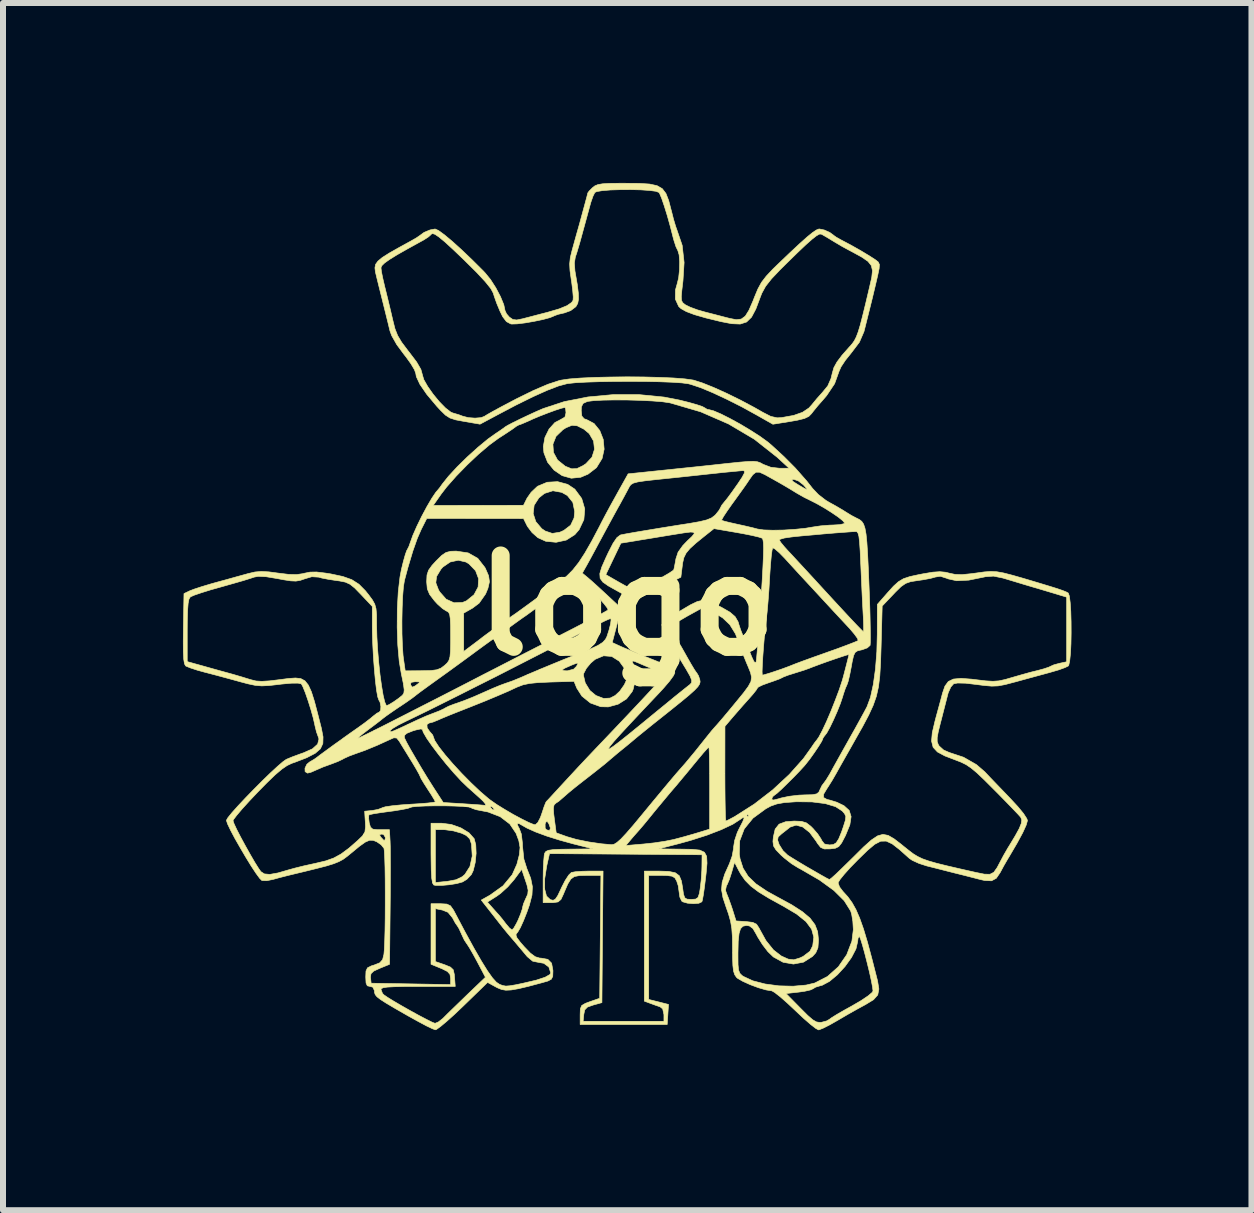
<source format=kicad_pcb>
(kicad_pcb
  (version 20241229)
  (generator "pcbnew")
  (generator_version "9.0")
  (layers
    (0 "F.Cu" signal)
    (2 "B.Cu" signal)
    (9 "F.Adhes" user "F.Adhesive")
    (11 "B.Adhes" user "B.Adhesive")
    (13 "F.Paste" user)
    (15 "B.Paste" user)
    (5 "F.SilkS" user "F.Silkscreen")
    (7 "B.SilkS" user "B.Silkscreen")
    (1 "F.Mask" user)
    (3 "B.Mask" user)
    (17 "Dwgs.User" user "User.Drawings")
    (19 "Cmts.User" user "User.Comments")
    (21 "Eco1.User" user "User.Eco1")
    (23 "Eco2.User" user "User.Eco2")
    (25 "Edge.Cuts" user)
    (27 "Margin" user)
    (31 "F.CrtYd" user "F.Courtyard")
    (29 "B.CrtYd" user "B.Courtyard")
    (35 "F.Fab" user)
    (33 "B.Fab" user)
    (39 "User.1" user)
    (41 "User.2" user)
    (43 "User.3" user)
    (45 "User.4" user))
  (footprint "logo"
    (layer "F.Cu")
    (at 7.401 7.044)
    (property "Reference" "logo" (at 0 0 0) (layer "F.SilkS") (effects (font (size 1.524 1.524) (thickness 0.3))))
    (attr through_hole)
    (fp_poly (pts (xy -2.928 3.65) (xy -2.768 3.707) (xy -2.633 3.789) (xy -2.548 3.885) (xy -2.547 3.885) (xy -2.52 3.988) (xy -2.514 4.131) (xy -2.529 4.284) (xy -2.562 4.418) (xy -2.593 4.484) (xy -2.667 4.563) (xy -2.74 4.608) (xy -2.837 4.635) (xy -2.962 4.655) (xy -3.087 4.666) (xy -3.185 4.666) (xy -3.22 4.659) (xy -3.24 4.627) (xy -3.254 4.548) (xy -3.262 4.414) (xy -3.265 4.217) (xy -3.266 4.134) (xy -3.266 3.737) (xy -3.193 3.737) (xy -3.193 4.618) (xy -2.995 4.598) (xy -2.848 4.571) (xy -2.746 4.521) (xy -2.701 4.482) (xy -2.617 4.35) (xy -2.579 4.177) (xy -2.591 3.981) (xy -2.591 3.979) (xy -2.62 3.89) (xy -2.679 3.833) (xy -2.759 3.795) (xy -2.892 3.757) (xy -3.029 3.738) (xy -3.049 3.737) (xy -3.193 3.737) (xy -3.266 3.737) (xy -3.266 3.629) (xy -3.09 3.629) (xy -2.928 3.65)) (stroke (width 0.01) (type solid)) (fill yes) (layer "F.SilkS"))
    (fp_poly (pts (xy 0.204 -7.037) (xy 0.378 -7.026) (xy 0.502 -6.999) (xy 0.589 -6.949) (xy 0.65 -6.869) (xy 0.696 -6.751) (xy 0.738 -6.59) (xy 0.744 -6.568) (xy 0.778 -6.434) (xy 0.812 -6.321) (xy 0.834 -6.259) (xy 0.921 -6.004) (xy 0.953 -5.718) (xy 0.934 -5.411) (xy 0.915 -5.252) (xy 0.906 -5.15) (xy 0.91 -5.087) (xy 0.928 -5.05) (xy 0.963 -5.021) (xy 0.977 -5.011) (xy 1.057 -4.972) (xy 1.18 -4.927) (xy 1.303 -4.892) (xy 1.459 -4.852) (xy 1.616 -4.811) (xy 1.714 -4.786) (xy 1.823 -4.765) (xy 1.906 -4.775) (xy 1.973 -4.824) (xy 2.034 -4.922) (xy 2.102 -5.078) (xy 2.125 -5.138) (xy 2.183 -5.277) (xy 2.243 -5.387) (xy 2.322 -5.49) (xy 2.433 -5.608) (xy 2.503 -5.676) (xy 2.712 -5.876) (xy 2.877 -6.03) (xy 3.002 -6.142) (xy 3.094 -6.217) (xy 3.158 -6.26) (xy 3.201 -6.277) (xy 3.208 -6.277) (xy 3.29 -6.26) (xy 3.383 -6.218) (xy 3.446 -6.172) (xy 3.447 -6.17) (xy 3.489 -6.14) (xy 3.569 -6.095) (xy 3.592 -6.083) (xy 3.732 -6.009) (xy 3.895 -5.917) (xy 4.049 -5.824) (xy 4.14 -5.765) (xy 4.188 -5.728) (xy 4.209 -5.685) (xy 4.204 -5.616) (xy 4.182 -5.511) (xy 4.144 -5.347) (xy 4.093 -5.133) (xy 4.032 -4.887) (xy 3.968 -4.631) (xy 3.951 -4.565) (xy 3.875 -4.389) (xy 3.733 -4.202) (xy 3.733 -4.202) (xy 3.642 -4.089) (xy 3.57 -3.98) (xy 3.535 -3.901) (xy 3.462 -3.698) (xy 3.328 -3.498) (xy 3.269 -3.429) (xy 3.181 -3.329) (xy 3.106 -3.237) (xy 3.078 -3.2) (xy 3.032 -3.153) (xy 2.959 -3.118) (xy 2.841 -3.089) (xy 2.727 -3.069) (xy 2.433 -3.022) (xy 2.169 -3.172) (xy 1.917 -3.311) (xy 1.667 -3.437) (xy 1.434 -3.546) (xy 1.23 -3.631) (xy 1.069 -3.685) (xy 1.023 -3.697) (xy 0.917 -3.711) (xy 0.752 -3.722) (xy 0.542 -3.73) (xy 0.303 -3.735) (xy 0.047 -3.736) (xy -0.211 -3.735) (xy -0.457 -3.731) (xy -0.676 -3.724) (xy -0.856 -3.714) (xy -0.981 -3.701) (xy -0.995 -3.699) (xy -1.14 -3.66) (xy -1.328 -3.588) (xy -1.564 -3.482) (xy -1.852 -3.34) (xy -2.159 -3.178) (xy -2.449 -3.023) (xy -2.716 -3.069) (xy -2.855 -3.095) (xy -2.95 -3.126) (xy -3.025 -3.174) (xy -3.108 -3.255) (xy -3.17 -3.322) (xy -3.337 -3.521) (xy -3.451 -3.687) (xy -3.511 -3.816) (xy -3.52 -3.869) (xy -3.542 -3.931) (xy -3.601 -4.03) (xy -3.685 -4.147) (xy -3.716 -4.186) (xy -3.838 -4.351) (xy -3.922 -4.5) (xy -3.951 -4.58) (xy -3.984 -4.717) (xy -4.029 -4.898) (xy -4.079 -5.099) (xy -4.128 -5.295) (xy -4.169 -5.461) (xy -4.172 -5.474) (xy -4.193 -5.561) (xy -4.201 -5.629) (xy -4.201 -5.629) (xy -4.1 -5.629) (xy -4.092 -5.563) (xy -4.069 -5.45) (xy -4.037 -5.313) (xy -4.032 -5.294) (xy -3.987 -5.111) (xy -3.938 -4.907) (xy -3.903 -4.757) (xy -3.867 -4.614) (xy -3.822 -4.5) (xy -3.756 -4.389) (xy -3.656 -4.256) (xy -3.627 -4.219) (xy -3.505 -4.058) (xy -3.435 -3.937) (xy -3.411 -3.851) (xy -3.411 -3.848) (xy -3.386 -3.765) (xy -3.321 -3.651) (xy -3.23 -3.522) (xy -3.127 -3.397) (xy -3.024 -3.292) (xy -2.936 -3.224) (xy -2.903 -3.21) (xy -2.801 -3.18) (xy -2.74 -3.157) (xy -2.645 -3.132) (xy -2.532 -3.124) (xy -2.431 -3.132) (xy -2.375 -3.154) (xy -2.332 -3.181) (xy -2.237 -3.235) (xy -2.101 -3.309) (xy -1.936 -3.396) (xy -1.841 -3.446) (xy -1.556 -3.586) (xy -1.317 -3.688) (xy -1.128 -3.75) (xy -1.097 -3.757) (xy -0.962 -3.777) (xy -0.77 -3.792) (xy -0.535 -3.803) (xy -0.273 -3.809) (xy 0.003 -3.812) (xy 0.28 -3.81) (xy 0.542 -3.803) (xy 0.776 -3.793) (xy 0.967 -3.778) (xy 1.102 -3.759) (xy 1.115 -3.756) (xy 1.256 -3.711) (xy 1.443 -3.636) (xy 1.661 -3.538) (xy 1.893 -3.424) (xy 2.124 -3.301) (xy 2.266 -3.22) (xy 2.397 -3.153) (xy 2.503 -3.129) (xy 2.574 -3.132) (xy 2.779 -3.169) (xy 2.927 -3.221) (xy 3.034 -3.293) (xy 3.081 -3.345) (xy 3.163 -3.445) (xy 3.244 -3.536) (xy 3.255 -3.548) (xy 3.348 -3.661) (xy 3.402 -3.785) (xy 3.424 -3.876) (xy 3.45 -3.966) (xy 3.501 -4.059) (xy 3.585 -4.171) (xy 3.714 -4.317) (xy 3.718 -4.32) (xy 3.758 -4.367) (xy 3.792 -4.416) (xy 3.823 -4.477) (xy 3.854 -4.559) (xy 3.889 -4.674) (xy 3.929 -4.829) (xy 3.98 -5.036) (xy 4.043 -5.303) (xy 4.046 -5.316) (xy 4.081 -5.47) (xy 4.093 -5.583) (xy 4.074 -5.667) (xy 4.018 -5.737) (xy 3.915 -5.808) (xy 3.758 -5.894) (xy 3.701 -5.924) (xy 3.587 -5.986) (xy 3.46 -6.061) (xy 3.429 -6.08) (xy 3.332 -6.139) (xy 3.257 -6.182) (xy 3.237 -6.192) (xy 3.208 -6.191) (xy 3.16 -6.164) (xy 3.087 -6.107) (xy 2.983 -6.015) (xy 2.843 -5.882) (xy 2.662 -5.705) (xy 2.55 -5.594) (xy 2.409 -5.445) (xy 2.312 -5.322) (xy 2.249 -5.207) (xy 2.224 -5.143) (xy 2.149 -4.943) (xy 2.077 -4.807) (xy 1.994 -4.726) (xy 1.888 -4.692) (xy 1.746 -4.698) (xy 1.57 -4.732) (xy 1.316 -4.794) (xy 1.125 -4.849) (xy 0.99 -4.9) (xy 0.902 -4.949) (xy 0.863 -4.985) (xy 0.807 -5.108) (xy 0.809 -5.261) (xy 0.836 -5.357) (xy 0.862 -5.461) (xy 0.876 -5.593) (xy 0.879 -5.73) (xy 0.87 -5.846) (xy 0.849 -5.917) (xy 0.847 -5.92) (xy 0.817 -5.982) (xy 0.783 -6.087) (xy 0.766 -6.15) (xy 0.722 -6.323) (xy 0.673 -6.498) (xy 0.623 -6.659) (xy 0.579 -6.788) (xy 0.544 -6.87) (xy 0.535 -6.885) (xy 0.484 -6.905) (xy 0.378 -6.919) (xy 0.232 -6.929) (xy 0.063 -6.933) (xy -0.111 -6.932) (xy -0.275 -6.927) (xy -0.411 -6.916) (xy -0.504 -6.9) (xy -0.535 -6.885) (xy -0.566 -6.823) (xy -0.601 -6.723) (xy -0.609 -6.695) (xy -0.683 -6.424) (xy -0.74 -6.216) (xy -0.783 -6.059) (xy -0.816 -5.947) (xy -0.839 -5.87) (xy -0.857 -5.819) (xy -0.86 -5.81) (xy -0.876 -5.711) (xy -0.867 -5.579) (xy -0.863 -5.556) (xy -0.828 -5.353) (xy -0.81 -5.208) (xy -0.807 -5.107) (xy -0.82 -5.037) (xy -0.849 -4.985) (xy -0.857 -4.977) (xy -0.938 -4.916) (xy -1.045 -4.877) (xy -1.051 -4.876) (xy -1.147 -4.854) (xy -1.212 -4.83) (xy -1.216 -4.827) (xy -1.284 -4.799) (xy -1.403 -4.767) (xy -1.548 -4.737) (xy -1.698 -4.711) (xy -1.83 -4.695) (xy -1.922 -4.692) (xy -1.938 -4.695) (xy -2.009 -4.733) (xy -2.072 -4.816) (xy -2.117 -4.909) (xy -2.17 -5.036) (xy -2.212 -5.154) (xy -2.228 -5.207) (xy -2.268 -5.282) (xy -2.362 -5.399) (xy -2.51 -5.558) (xy -2.714 -5.76) (xy -2.714 -5.76) (xy -2.895 -5.933) (xy -3.032 -6.059) (xy -3.132 -6.142) (xy -3.2 -6.188) (xy -3.243 -6.201) (xy -3.268 -6.185) (xy -3.272 -6.178) (xy -3.309 -6.145) (xy -3.386 -6.095) (xy -3.417 -6.078) (xy -3.653 -5.948) (xy -3.831 -5.847) (xy -3.957 -5.769) (xy -4.04 -5.71) (xy -4.085 -5.666) (xy -4.1 -5.632) (xy -4.1 -5.629) (xy -4.201 -5.629) (xy -4.19 -5.687) (xy -4.151 -5.741) (xy -4.079 -5.801) (xy -3.964 -5.874) (xy -3.8 -5.967) (xy -3.598 -6.078) (xy -3.511 -6.128) (xy -3.455 -6.166) (xy -3.447 -6.172) (xy -3.38 -6.221) (xy -3.282 -6.261) (xy -3.198 -6.277) (xy -3.142 -6.252) (xy -3.044 -6.181) (xy -2.912 -6.071) (xy -2.754 -5.928) (xy -2.579 -5.761) (xy -2.393 -5.576) (xy -2.366 -5.547) (xy -2.276 -5.437) (xy -2.186 -5.297) (xy -2.108 -5.149) (xy -2.053 -5.015) (xy -2.032 -4.916) (xy -2.032 -4.916) (xy -2.007 -4.862) (xy -1.959 -4.807) (xy -1.902 -4.768) (xy -1.837 -4.76) (xy -1.734 -4.781) (xy -1.732 -4.782) (xy -1.616 -4.812) (xy -1.464 -4.852) (xy -1.324 -4.888) (xy -1.129 -4.945) (xy -0.998 -4.999) (xy -0.922 -5.052) (xy -0.898 -5.088) (xy -0.895 -5.144) (xy -0.904 -5.251) (xy -0.921 -5.388) (xy -0.927 -5.425) (xy -0.949 -5.58) (xy -0.955 -5.695) (xy -0.944 -5.8) (xy -0.913 -5.926) (xy -0.901 -5.969) (xy -0.847 -6.164) (xy -0.792 -6.357) (xy -0.743 -6.538) (xy -0.701 -6.692) (xy -0.67 -6.807) (xy -0.654 -6.87) (xy -0.653 -6.877) (xy -0.63 -6.909) (xy -0.574 -6.965) (xy -0.534 -6.996) (xy -0.483 -7.017) (xy -0.408 -7.03) (xy -0.295 -7.037) (xy -0.129 -7.039) (xy -0.031 -7.039) (xy 0.204 -7.037)) (stroke (width 0.01) (type solid)) (fill yes) (layer "F.SilkS"))
    (fp_poly (pts (xy 0.201 -3.516) (xy 0.618 -3.475) (xy 0.87 -3.426) (xy 1.031 -3.386) (xy 1.165 -3.348) (xy 1.257 -3.317) (xy 1.29 -3.299) (xy 1.34 -3.269) (xy 1.365 -3.266) (xy 1.443 -3.246) (xy 1.565 -3.194) (xy 1.718 -3.117) (xy 1.888 -3.024) (xy 2.058 -2.922) (xy 2.216 -2.821) (xy 2.346 -2.727) (xy 2.409 -2.674) (xy 2.492 -2.598) (xy 2.592 -2.506) (xy 2.618 -2.482) (xy 2.806 -2.293) (xy 2.996 -2.077) (xy 3.096 -1.95) (xy 3.192 -1.849) (xy 3.315 -1.754) (xy 3.368 -1.722) (xy 3.491 -1.654) (xy 3.606 -1.586) (xy 3.647 -1.56) (xy 3.743 -1.501) (xy 3.827 -1.457) (xy 3.83 -1.456) (xy 3.877 -1.432) (xy 3.915 -1.402) (xy 3.945 -1.357) (xy 3.968 -1.289) (xy 3.986 -1.19) (xy 4 -1.051) (xy 4.012 -0.864) (xy 4.024 -0.621) (xy 4.035 -0.35) (xy 4.045 -0.091) (xy 4.052 0.146) (xy 4.056 0.35) (xy 4.058 0.511) (xy 4.057 0.619) (xy 4.054 0.664) (xy 4.007 0.706) (xy 3.92 0.738) (xy 3.909 0.74) (xy 3.845 0.755) (xy 3.804 0.782) (xy 3.778 0.836) (xy 3.755 0.936) (xy 3.739 1.026) (xy 3.713 1.159) (xy 3.688 1.265) (xy 3.668 1.322) (xy 3.667 1.324) (xy 3.642 1.379) (xy 3.609 1.476) (xy 3.595 1.524) (xy 3.558 1.634) (xy 3.505 1.767) (xy 3.444 1.905) (xy 3.384 2.03) (xy 3.332 2.124) (xy 3.297 2.17) (xy 3.295 2.171) (xy 3.266 2.213) (xy 3.266 2.221) (xy 3.246 2.265) (xy 3.194 2.349) (xy 3.124 2.453) (xy 3.048 2.56) (xy 2.977 2.65) (xy 2.958 2.673) (xy 2.878 2.76) (xy 2.78 2.862) (xy 2.676 2.965) (xy 2.581 3.058) (xy 2.507 3.126) (xy 2.467 3.156) (xy 2.465 3.157) (xy 2.431 3.185) (xy 2.419 3.209) (xy 2.416 3.237) (xy 2.447 3.242) (xy 2.527 3.222) (xy 2.569 3.209) (xy 2.705 3.18) (xy 2.867 3.161) (xy 2.964 3.157) (xy 3.091 3.154) (xy 3.163 3.14) (xy 3.199 3.111) (xy 3.211 3.084) (xy 3.251 3.001) (xy 3.277 2.967) (xy 3.321 2.907) (xy 3.378 2.814) (xy 3.393 2.787) (xy 3.438 2.704) (xy 3.51 2.575) (xy 3.598 2.417) (xy 3.694 2.246) (xy 3.706 2.224) (xy 3.801 2.056) (xy 3.887 1.9) (xy 3.956 1.774) (xy 3.999 1.693) (xy 4.003 1.685) (xy 4.06 1.53) (xy 4.107 1.316) (xy 4.143 1.057) (xy 4.166 0.766) (xy 4.173 0.477) (xy 4.174 -0.018) (xy 4.343 -0.211) (xy 4.443 -0.322) (xy 4.526 -0.397) (xy 4.61 -0.447) (xy 4.718 -0.483) (xy 4.87 -0.516) (xy 4.933 -0.528) (xy 5.098 -0.556) (xy 5.216 -0.564) (xy 5.312 -0.555) (xy 5.371 -0.54) (xy 5.469 -0.519) (xy 5.583 -0.515) (xy 5.734 -0.53) (xy 5.818 -0.541) (xy 5.955 -0.56) (xy 6.064 -0.568) (xy 6.166 -0.563) (xy 6.278 -0.543) (xy 6.422 -0.506) (xy 6.604 -0.454) (xy 6.852 -0.38) (xy 7.04 -0.323) (xy 7.175 -0.281) (xy 7.267 -0.249) (xy 7.324 -0.226) (xy 7.355 -0.209) (xy 7.357 -0.208) (xy 7.375 -0.158) (xy 7.389 -0.051) (xy 7.399 0.097) (xy 7.404 0.271) (xy 7.405 0.456) (xy 7.402 0.637) (xy 7.394 0.797) (xy 7.381 0.922) (xy 7.365 0.997) (xy 7.357 1.008) (xy 7.302 1.035) (xy 7.197 1.073) (xy 7.063 1.112) (xy 7.039 1.119) (xy 6.866 1.166) (xy 6.664 1.221) (xy 6.475 1.273) (xy 6.459 1.277) (xy 6.304 1.318) (xy 6.187 1.34) (xy 6.081 1.344) (xy 5.953 1.333) (xy 5.83 1.317) (xy 5.645 1.295) (xy 5.513 1.292) (xy 5.447 1.304) (xy 5.399 1.359) (xy 5.356 1.454) (xy 5.345 1.495) (xy 5.317 1.605) (xy 5.278 1.757) (xy 5.236 1.921) (xy 5.227 1.954) (xy 5.19 2.104) (xy 5.172 2.202) (xy 5.172 2.267) (xy 5.189 2.315) (xy 5.204 2.341) (xy 5.279 2.409) (xy 5.373 2.45) (xy 5.611 2.529) (xy 5.826 2.652) (xy 5.964 2.771) (xy 6.049 2.861) (xy 6.167 2.984) (xy 6.3 3.122) (xy 6.39 3.216) (xy 6.515 3.351) (xy 6.61 3.466) (xy 6.665 3.551) (xy 6.677 3.584) (xy 6.656 3.659) (xy 6.598 3.787) (xy 6.504 3.961) (xy 6.378 4.176) (xy 6.347 4.227) (xy 6.281 4.341) (xy 6.221 4.453) (xy 6.157 4.547) (xy 6.078 4.589) (xy 5.965 4.584) (xy 5.896 4.569) (xy 5.788 4.541) (xy 5.64 4.503) (xy 5.484 4.464) (xy 5.479 4.463) (xy 5.31 4.42) (xy 5.134 4.375) (xy 4.998 4.341) (xy 4.868 4.299) (xy 4.757 4.248) (xy 4.707 4.214) (xy 4.546 4.07) (xy 4.423 3.974) (xy 4.322 3.927) (xy 4.23 3.929) (xy 4.131 3.98) (xy 4.011 4.081) (xy 3.855 4.233) (xy 3.846 4.242) (xy 3.722 4.369) (xy 3.62 4.483) (xy 3.549 4.571) (xy 3.52 4.622) (xy 3.52 4.624) (xy 3.544 4.691) (xy 3.601 4.766) (xy 3.682 4.855) (xy 3.753 4.953) (xy 3.818 5.069) (xy 3.88 5.212) (xy 3.943 5.39) (xy 4.01 5.613) (xy 4.084 5.889) (xy 4.17 6.226) (xy 4.178 6.258) (xy 4.2 6.393) (xy 4.181 6.492) (xy 4.111 6.571) (xy 3.981 6.65) (xy 3.974 6.654) (xy 3.842 6.726) (xy 3.68 6.817) (xy 3.523 6.909) (xy 3.511 6.916) (xy 3.383 6.989) (xy 3.275 7.044) (xy 3.205 7.072) (xy 3.193 7.074) (xy 3.148 7.05) (xy 3.063 6.984) (xy 2.95 6.886) (xy 2.821 6.765) (xy 2.803 6.748) (xy 2.673 6.626) (xy 2.557 6.524) (xy 2.485 6.468) (xy 2.652 6.468) (xy 2.896 6.716) (xy 3.013 6.833) (xy 3.096 6.905) (xy 3.158 6.941) (xy 3.212 6.95) (xy 3.246 6.947) (xy 3.329 6.925) (xy 3.373 6.9) (xy 3.411 6.872) (xy 3.499 6.817) (xy 3.624 6.745) (xy 3.747 6.677) (xy 3.905 6.585) (xy 4.022 6.506) (xy 4.09 6.448) (xy 4.102 6.425) (xy 4.094 6.36) (xy 4.073 6.249) (xy 4.042 6.108) (xy 4.004 5.953) (xy 3.965 5.801) (xy 3.928 5.667) (xy 3.897 5.567) (xy 3.877 5.518) (xy 3.873 5.516) (xy 3.853 5.546) (xy 3.846 5.602) (xy 3.818 5.724) (xy 3.743 5.868) (xy 3.635 6.018) (xy 3.508 6.156) (xy 3.376 6.266) (xy 3.254 6.331) (xy 3.228 6.337) (xy 3.145 6.362) (xy 3.101 6.389) (xy 3.057 6.409) (xy 2.964 6.43) (xy 2.867 6.444) (xy 2.652 6.468) (xy 2.485 6.468) (xy 2.467 6.453) (xy 2.415 6.423) (xy 2.412 6.423) (xy 2.319 6.408) (xy 2.191 6.371) (xy 2.054 6.32) (xy 1.93 6.264) (xy 1.844 6.214) (xy 1.827 6.199) (xy 1.797 6.155) (xy 1.777 6.094) (xy 1.766 6.001) (xy 1.761 5.861) (xy 1.761 5.842) (xy 1.851 5.842) (xy 1.852 5.987) (xy 1.861 6.077) (xy 1.882 6.131) (xy 1.92 6.169) (xy 1.941 6.183) (xy 2.098 6.256) (xy 2.303 6.309) (xy 2.534 6.34) (xy 2.77 6.346) (xy 2.987 6.327) (xy 3.131 6.293) (xy 3.343 6.184) (xy 3.525 6.022) (xy 3.664 5.821) (xy 3.75 5.596) (xy 3.774 5.403) (xy 3.766 5.267) (xy 3.746 5.145) (xy 3.729 5.091) (xy 3.622 4.921) (xy 3.45 4.75) (xy 3.21 4.576) (xy 2.901 4.397) (xy 2.854 4.372) (xy 2.743 4.303) (xy 2.622 4.208) (xy 2.568 4.16) (xy 2.485 4.074) (xy 2.444 4.008) (xy 2.434 3.934) (xy 2.436 3.91) (xy 2.512 3.91) (xy 2.537 3.984) (xy 2.601 4.086) (xy 2.68 4.162) (xy 2.753 4.208) (xy 2.861 4.274) (xy 2.988 4.35) (xy 3.12 4.426) (xy 3.238 4.494) (xy 3.329 4.545) (xy 3.375 4.568) (xy 3.376 4.568) (xy 3.408 4.545) (xy 3.481 4.48) (xy 3.585 4.38) (xy 3.713 4.255) (xy 3.778 4.191) (xy 3.945 4.025) (xy 4.075 3.909) (xy 4.178 3.84) (xy 4.267 3.815) (xy 4.355 3.832) (xy 4.453 3.889) (xy 4.574 3.982) (xy 4.619 4.019) (xy 4.702 4.085) (xy 4.773 4.139) (xy 4.845 4.183) (xy 4.926 4.222) (xy 5.028 4.258) (xy 5.16 4.296) (xy 5.334 4.339) (xy 5.558 4.391) (xy 5.815 4.449) (xy 5.958 4.478) (xy 6.052 4.48) (xy 6.116 4.447) (xy 6.171 4.369) (xy 6.217 4.282) (xy 6.278 4.167) (xy 6.351 4.04) (xy 6.37 4.01) (xy 6.473 3.839) (xy 6.54 3.717) (xy 6.574 3.632) (xy 6.582 3.575) (xy 6.566 3.533) (xy 6.561 3.526) (xy 6.52 3.48) (xy 6.437 3.393) (xy 6.324 3.276) (xy 6.19 3.139) (xy 6.114 3.063) (xy 5.956 2.905) (xy 5.835 2.79) (xy 5.739 2.71) (xy 5.655 2.653) (xy 5.57 2.611) (xy 5.479 2.576) (xy 5.299 2.507) (xy 5.176 2.441) (xy 5.104 2.363) (xy 5.078 2.26) (xy 5.09 2.12) (xy 5.135 1.928) (xy 5.15 1.871) (xy 5.192 1.717) (xy 5.233 1.567) (xy 5.261 1.46) (xy 5.301 1.344) (xy 5.357 1.267) (xy 5.442 1.226) (xy 5.569 1.214) (xy 5.75 1.228) (xy 5.814 1.236) (xy 5.981 1.256) (xy 6.101 1.263) (xy 6.201 1.256) (xy 6.306 1.233) (xy 6.406 1.204) (xy 6.565 1.158) (xy 6.726 1.113) (xy 6.84 1.085) (xy 6.951 1.055) (xy 7.034 1.027) (xy 7.058 1.015) (xy 7.116 0.989) (xy 7.208 0.964) (xy 7.212 0.963) (xy 7.33 0.938) (xy 7.33 -0.14) (xy 7.212 -0.175) (xy 7.124 -0.202) (xy 6.99 -0.242) (xy 6.833 -0.289) (xy 6.767 -0.308) (xy 6.599 -0.358) (xy 6.434 -0.408) (xy 6.301 -0.448) (xy 6.267 -0.458) (xy 6.111 -0.49) (xy 5.976 -0.48) (xy 5.959 -0.476) (xy 5.699 -0.423) (xy 5.496 -0.413) (xy 5.351 -0.445) (xy 5.34 -0.451) (xy 5.224 -0.488) (xy 5.143 -0.475) (xy 5.06 -0.452) (xy 4.936 -0.429) (xy 4.845 -0.416) (xy 4.73 -0.398) (xy 4.647 -0.369) (xy 4.57 -0.316) (xy 4.477 -0.225) (xy 4.444 -0.19) (xy 4.255 0.009) (xy 4.237 0.685) (xy 4.228 0.959) (xy 4.215 1.177) (xy 4.193 1.356) (xy 4.158 1.513) (xy 4.105 1.664) (xy 4.03 1.827) (xy 3.929 2.018) (xy 3.828 2.196) (xy 3.729 2.372) (xy 3.633 2.541) (xy 3.552 2.684) (xy 3.496 2.785) (xy 3.491 2.794) (xy 3.423 2.912) (xy 3.356 3.019) (xy 3.333 3.054) (xy 3.278 3.146) (xy 3.278 3.201) (xy 3.336 3.233) (xy 3.384 3.244) (xy 3.498 3.279) (xy 3.614 3.335) (xy 3.619 3.338) (xy 3.705 3.416) (xy 3.737 3.519) (xy 3.716 3.656) (xy 3.643 3.835) (xy 3.637 3.846) (xy 3.579 3.957) (xy 3.531 4.018) (xy 3.475 4.046) (xy 3.39 4.057) (xy 3.388 4.057) (xy 3.29 4.058) (xy 3.23 4.033) (xy 3.176 3.965) (xy 3.155 3.93) (xy 3.046 3.783) (xy 2.931 3.692) (xy 2.82 3.661) (xy 2.72 3.694) (xy 2.711 3.701) (xy 2.651 3.749) (xy 2.579 3.805) (xy 2.521 3.858) (xy 2.512 3.91) (xy 2.436 3.91) (xy 2.441 3.858) (xy 2.471 3.727) (xy 2.536 3.645) (xy 2.646 3.604) (xy 2.788 3.593) (xy 2.909 3.598) (xy 2.991 3.623) (xy 3.065 3.68) (xy 3.102 3.717) (xy 3.18 3.807) (xy 3.235 3.89) (xy 3.247 3.916) (xy 3.293 3.976) (xy 3.376 3.991) (xy 3.441 3.985) (xy 3.489 3.955) (xy 3.531 3.889) (xy 3.578 3.774) (xy 3.608 3.687) (xy 3.641 3.581) (xy 3.649 3.517) (xy 3.628 3.47) (xy 3.589 3.425) (xy 3.478 3.353) (xy 3.307 3.302) (xy 3.086 3.274) (xy 2.825 3.271) (xy 2.796 3.273) (xy 2.625 3.285) (xy 2.501 3.307) (xy 2.398 3.343) (xy 2.315 3.388) (xy 2.101 3.545) (xy 1.956 3.723) (xy 1.88 3.922) (xy 1.873 4.144) (xy 1.886 4.223) (xy 1.936 4.379) (xy 2.021 4.515) (xy 2.151 4.64) (xy 2.335 4.764) (xy 2.504 4.857) (xy 2.745 4.988) (xy 2.925 5.104) (xy 3.052 5.211) (xy 3.134 5.32) (xy 3.179 5.437) (xy 3.193 5.571) (xy 3.193 5.584) (xy 3.184 5.705) (xy 3.148 5.789) (xy 3.093 5.85) (xy 2.944 5.945) (xy 2.776 5.977) (xy 2.603 5.947) (xy 2.441 5.858) (xy 2.349 5.769) (xy 2.259 5.651) (xy 2.179 5.524) (xy 2.156 5.48) (xy 2.1 5.384) (xy 2.041 5.341) (xy 1.991 5.334) (xy 1.934 5.346) (xy 1.894 5.387) (xy 1.869 5.468) (xy 1.855 5.6) (xy 1.851 5.791) (xy 1.851 5.842) (xy 1.761 5.842) (xy 1.76 5.72) (xy 1.758 5.529) (xy 1.748 5.385) (xy 1.728 5.265) (xy 1.694 5.144) (xy 1.655 5.033) (xy 1.601 4.871) (xy 1.579 4.748) (xy 1.643 4.748) (xy 1.661 4.8) (xy 1.694 4.881) (xy 1.736 4.998) (xy 1.76 5.069) (xy 1.819 5.258) (xy 1.989 5.269) (xy 2.097 5.282) (xy 2.16 5.312) (xy 2.201 5.374) (xy 2.208 5.388) (xy 2.317 5.585) (xy 2.443 5.742) (xy 2.574 5.843) (xy 2.574 5.843) (xy 2.69 5.895) (xy 2.782 5.906) (xy 2.885 5.874) (xy 2.938 5.849) (xy 3.051 5.763) (xy 3.097 5.672) (xy 3.115 5.528) (xy 3.079 5.396) (xy 2.985 5.269) (xy 2.828 5.143) (xy 2.604 5.01) (xy 2.594 5.005) (xy 2.367 4.88) (xy 2.194 4.774) (xy 2.066 4.678) (xy 1.971 4.582) (xy 1.898 4.478) (xy 1.864 4.417) (xy 1.794 4.281) (xy 1.744 4.454) (xy 1.708 4.565) (xy 1.672 4.65) (xy 1.658 4.673) (xy 1.643 4.748) (xy 1.579 4.748) (xy 1.577 4.74) (xy 1.587 4.617) (xy 1.63 4.478) (xy 1.709 4.302) (xy 1.754 4.177) (xy 1.777 4.05) (xy 1.778 4.026) (xy 1.796 3.915) (xy 1.84 3.783) (xy 1.869 3.723) (xy 1.93 3.604) (xy 1.954 3.541) (xy 1.944 3.528) (xy 1.9 3.558) (xy 1.896 3.561) (xy 1.765 3.646) (xy 1.574 3.736) (xy 1.335 3.828) (xy 1.06 3.916) (xy 0.853 3.973) (xy 0.526 4.057) (xy 0.894 4.061) (xy 1.085 4.064) (xy 1.214 4.077) (xy 1.292 4.113) (xy 1.329 4.181) (xy 1.335 4.295) (xy 1.32 4.465) (xy 1.311 4.54) (xy 1.292 4.697) (xy 1.273 4.828) (xy 1.257 4.914) (xy 1.249 4.939) (xy 1.199 4.963) (xy 1.109 4.97) (xy 1.01 4.962) (xy 0.932 4.94) (xy 0.914 4.928) (xy 0.882 4.861) (xy 0.871 4.784) (xy 0.855 4.671) (xy 0.829 4.592) (xy 0.798 4.539) (xy 0.751 4.512) (xy 0.669 4.501) (xy 0.575 4.499) (xy 0.363 4.499) (xy 0.363 6.567) (xy 0.528 6.608) (xy 0.693 6.65) (xy 0.671 6.985) (xy -0.78 6.985) (xy -0.78 6.823) (xy -0.777 6.724) (xy -0.754 6.668) (xy -0.693 6.632) (xy -0.617 6.604) (xy -0.454 6.547) (xy -0.444 5.523) (xy -0.434 4.499) (xy -0.669 4.499) (xy -0.793 4.502) (xy -0.877 4.518) (xy -0.935 4.56) (xy -0.986 4.642) (xy -1.044 4.776) (xy -1.057 4.808) (xy -1.1 4.9) (xy -1.148 4.941) (xy -1.227 4.953) (xy -1.257 4.953) (xy -1.397 4.953) (xy -1.397 4.724) (xy -1.372 4.724) (xy -1.341 4.843) (xy -1.277 4.903) (xy -1.277 4.903) (xy -1.231 4.914) (xy -1.194 4.896) (xy -1.154 4.838) (xy -1.101 4.727) (xy -1.091 4.704) (xy -1.03 4.585) (xy -0.971 4.494) (xy -0.926 4.45) (xy -0.859 4.438) (xy -0.746 4.43) (xy -0.631 4.427) (xy -0.398 4.427) (xy -0.408 5.523) (xy -0.417 6.62) (xy -0.562 6.66) (xy -0.658 6.694) (xy -0.703 6.74) (xy -0.719 6.816) (xy -0.73 6.931) (xy 0.617 6.931) (xy 0.617 6.821) (xy 0.596 6.724) (xy 0.553 6.69) (xy 0.472 6.662) (xy 0.39 6.632) (xy 0.29 6.595) (xy 0.29 4.427) (xy 0.529 4.427) (xy 0.696 4.432) (xy 0.806 4.455) (xy 0.872 4.504) (xy 0.908 4.591) (xy 0.927 4.699) (xy 0.943 4.813) (xy 0.964 4.872) (xy 1.002 4.895) (xy 1.07 4.899) (xy 1.072 4.899) (xy 1.146 4.894) (xy 1.185 4.867) (xy 1.208 4.799) (xy 1.22 4.726) (xy 1.237 4.583) (xy 1.248 4.42) (xy 1.25 4.354) (xy 1.252 4.155) (xy -0.02 4.145) (xy -1.291 4.136) (xy -1.338 4.345) (xy -1.371 4.556) (xy -1.372 4.724) (xy -1.397 4.724) (xy -1.397 4.572) (xy -1.395 4.407) (xy -1.388 4.265) (xy -1.379 4.164) (xy -1.371 4.128) (xy -1.35 4.099) (xy -1.307 4.08) (xy -1.227 4.069) (xy -1.099 4.063) (xy -0.954 4.061) (xy -0.562 4.057) (xy -0.785 4.001) (xy -0.018 4.001) (xy 0.284 3.975) (xy 0.459 3.956) (xy 0.637 3.929) (xy 0.782 3.9) (xy 0.792 3.897) (xy 0.95 3.855) (xy 1.118 3.807) (xy 1.188 3.786) (xy 1.379 3.727) (xy 1.379 3.043) (xy 1.378 2.829) (xy 1.378 2.803) (xy 1.633 2.803) (xy 1.634 3.034) (xy 1.636 3.238) (xy 1.639 3.405) (xy 1.642 3.524) (xy 1.647 3.586) (xy 1.649 3.592) (xy 1.687 3.576) (xy 1.765 3.535) (xy 1.803 3.514) (xy 1.822 3.502) (xy 1.996 3.502) (xy 2.014 3.52) (xy 2.032 3.502) (xy 2.014 3.483) (xy 1.996 3.502) (xy 1.822 3.502) (xy 2.123 3.31) (xy 2.43 3.073) (xy 2.707 2.816) (xy 2.941 2.553) (xy 3.072 2.37) (xy 3.123 2.295) (xy 3.157 2.251) (xy 3.159 2.25) (xy 3.199 2.193) (xy 3.257 2.083) (xy 3.327 1.934) (xy 3.401 1.761) (xy 3.473 1.579) (xy 3.539 1.404) (xy 3.59 1.249) (xy 3.608 1.185) (xy 3.647 1.035) (xy 3.678 0.914) (xy 3.697 0.837) (xy 3.701 0.817) (xy 3.67 0.824) (xy 3.588 0.85) (xy 3.472 0.889) (xy 3.339 0.935) (xy 3.206 0.983) (xy 3.091 1.026) (xy 3.046 1.044) (xy 2.952 1.078) (xy 2.83 1.116) (xy 2.792 1.128) (xy 2.687 1.161) (xy 2.611 1.19) (xy 2.594 1.199) (xy 2.542 1.224) (xy 2.444 1.26) (xy 2.368 1.286) (xy 2.263 1.324) (xy 2.194 1.357) (xy 2.177 1.373) (xy 2.154 1.411) (xy 2.096 1.484) (xy 2.041 1.546) (xy 1.933 1.667) (xy 1.817 1.8) (xy 1.769 1.855) (xy 1.634 2.014) (xy 1.633 2.803) (xy 1.378 2.803) (xy 1.376 2.643) (xy 1.374 2.495) (xy 1.37 2.396) (xy 1.366 2.359) (xy 1.366 2.359) (xy 1.339 2.385) (xy 1.276 2.455) (xy 1.189 2.559) (xy 1.122 2.64) (xy 1.017 2.768) (xy 0.922 2.882) (xy 0.852 2.966) (xy 0.829 2.994) (xy 0.723 3.117) (xy 0.594 3.272) (xy 0.462 3.431) (xy 0.363 3.553) (xy 0.281 3.653) (xy 0.21 3.736) (xy 0.181 3.769) (xy 0.117 3.841) (xy 0.054 3.915) (xy -0.018 4.001) (xy -0.785 4.001) (xy -0.889 3.975) (xy -1.118 3.912) (xy -1.335 3.844) (xy -1.522 3.775) (xy -1.665 3.711) (xy -1.723 3.678) (xy -1.8 3.634) (xy -1.83 3.64) (xy -1.809 3.693) (xy -1.798 3.709) (xy -1.76 3.81) (xy -1.742 3.964) (xy -1.741 4.009) (xy -1.718 4.228) (xy -1.668 4.386) (xy -1.604 4.547) (xy -1.576 4.687) (xy -1.583 4.828) (xy -1.626 4.994) (xy -1.668 5.113) (xy -1.724 5.254) (xy -1.777 5.371) (xy -1.82 5.444) (xy -1.832 5.458) (xy -1.851 5.488) (xy -1.836 5.535) (xy -1.779 5.611) (xy -1.712 5.688) (xy -1.608 5.796) (xy -1.528 5.855) (xy -1.455 5.877) (xy -1.431 5.878) (xy -1.319 5.898) (xy -1.256 5.962) (xy -1.234 6.082) (xy -1.234 6.102) (xy -1.237 6.182) (xy -1.26 6.229) (xy -1.318 6.26) (xy -1.424 6.29) (xy -1.645 6.349) (xy -1.81 6.388) (xy -1.93 6.409) (xy -2.019 6.413) (xy -2.09 6.401) (xy -2.155 6.374) (xy -2.183 6.36) (xy -2.323 6.283) (xy -2.731 6.679) (xy -2.874 6.815) (xy -3.003 6.931) (xy -3.106 7.017) (xy -3.174 7.066) (xy -3.193 7.073) (xy -3.243 7.055) (xy -3.343 7.007) (xy -3.478 6.935) (xy -3.637 6.847) (xy -3.683 6.821) (xy -3.876 6.71) (xy -4.016 6.627) (xy -4.109 6.567) (xy -4.167 6.522) (xy -4.196 6.486) (xy -4.208 6.451) (xy -4.209 6.421) (xy -4.218 6.4) (xy -4.1 6.4) (xy -4.075 6.466) (xy -4.053 6.489) (xy -3.992 6.531) (xy -3.888 6.595) (xy -3.755 6.673) (xy -3.61 6.755) (xy -3.466 6.834) (xy -3.34 6.9) (xy -3.246 6.947) (xy -3.199 6.965) (xy -3.199 6.965) (xy -3.143 6.942) (xy -3.068 6.883) (xy -3.052 6.867) (xy -2.986 6.801) (xy -2.882 6.7) (xy -2.757 6.579) (xy -2.657 6.482) (xy -2.359 6.197) (xy -2.495 5.939) (xy -2.564 5.812) (xy -2.624 5.708) (xy -2.665 5.644) (xy -2.67 5.638) (xy -2.711 5.576) (xy -2.755 5.483) (xy -2.759 5.473) (xy -2.798 5.388) (xy -2.829 5.337) (xy -2.832 5.334) (xy -2.862 5.291) (xy -2.904 5.213) (xy -2.906 5.208) (xy -2.983 5.114) (xy -3.075 5.077) (xy -3.193 5.053) (xy -3.193 5.935) (xy -3.039 5.988) (xy -2.943 6.027) (xy -2.896 6.071) (xy -2.878 6.148) (xy -2.874 6.196) (xy -2.862 6.35) (xy -3.481 6.35) (xy -3.714 6.351) (xy -3.882 6.355) (xy -3.996 6.361) (xy -4.064 6.372) (xy -4.095 6.387) (xy -4.1 6.4) (xy -4.218 6.4) (xy -4.236 6.362) (xy -4.282 6.35) (xy -4.328 6.339) (xy -4.349 6.293) (xy -4.354 6.194) (xy -4.354 6.192) (xy -4.35 6.093) (xy -4.325 6.04) (xy -4.26 6.007) (xy -4.214 5.993) (xy -4.12 5.956) (xy -4.073 5.903) (xy -4.051 5.815) (xy -4.044 5.734) (xy -4.038 5.599) (xy -4.033 5.422) (xy -4.03 5.217) (xy -4.029 4.995) (xy -4.029 4.77) (xy -4.03 4.554) (xy -4.033 4.361) (xy -4.038 4.204) (xy -4.044 4.094) (xy -4.05 4.047) (xy -4.097 3.989) (xy -4.169 3.939) (xy -4.231 3.914) (xy -4.29 3.913) (xy -4.36 3.943) (xy -4.455 4.01) (xy -4.587 4.119) (xy -4.597 4.127) (xy -4.668 4.185) (xy -4.731 4.231) (xy -4.801 4.269) (xy -4.888 4.304) (xy -5.004 4.34) (xy -5.162 4.381) (xy -5.372 4.433) (xy -5.497 4.463) (xy -5.65 4.5) (xy -5.791 4.536) (xy -5.892 4.564) (xy -5.904 4.567) (xy -6.004 4.587) (xy -6.085 4.584) (xy -6.085 4.584) (xy -6.122 4.548) (xy -6.185 4.462) (xy -6.266 4.339) (xy -6.356 4.192) (xy -6.448 4.035) (xy -6.535 3.883) (xy -6.607 3.747) (xy -6.657 3.642) (xy -6.677 3.582) (xy -6.677 3.581) (xy -6.652 3.537) (xy -6.584 3.453) (xy -6.483 3.34) (xy -6.359 3.208) (xy -6.221 3.066) (xy -6.08 2.924) (xy -5.945 2.793) (xy -5.826 2.683) (xy -5.733 2.603) (xy -5.679 2.565) (xy -5.578 2.523) (xy -5.448 2.475) (xy -5.388 2.454) (xy -5.242 2.389) (xy -5.156 2.311) (xy -5.134 2.225) (xy -5.147 2.185) (xy -5.175 2.108) (xy -5.201 2.002) (xy -5.204 1.986) (xy -5.23 1.872) (xy -5.269 1.733) (xy -5.315 1.587) (xy -5.361 1.454) (xy -5.402 1.353) (xy -5.428 1.306) (xy -5.482 1.294) (xy -5.595 1.295) (xy -5.759 1.31) (xy -5.797 1.315) (xy -5.964 1.334) (xy -6.088 1.34) (xy -6.196 1.331) (xy -6.319 1.305) (xy -6.432 1.275) (xy -6.621 1.223) (xy -6.832 1.166) (xy -7.019 1.117) (xy -7.021 1.117) (xy -7.162 1.078) (xy -7.278 1.04) (xy -7.349 1.011) (xy -7.358 1.005) (xy -7.376 0.971) (xy -7.388 0.897) (xy -7.395 0.774) (xy -7.396 0.595) (xy -7.394 0.417) (xy -7.33 0.417) (xy -7.33 0.935) (xy -7.194 0.973) (xy -7.096 1) (xy -6.954 1.04) (xy -6.793 1.085) (xy -6.731 1.102) (xy -6.568 1.147) (xy -6.415 1.192) (xy -6.298 1.228) (xy -6.268 1.237) (xy -6.184 1.258) (xy -6.087 1.264) (xy -5.957 1.256) (xy -5.784 1.235) (xy -5.639 1.216) (xy -5.525 1.208) (xy -5.437 1.218) (xy -5.368 1.255) (xy -5.311 1.326) (xy -5.26 1.438) (xy -5.209 1.599) (xy -5.152 1.816) (xy -5.093 2.048) (xy -5.066 2.19) (xy -5.069 2.3) (xy -5.11 2.389) (xy -5.197 2.464) (xy -5.338 2.537) (xy -5.54 2.615) (xy -5.585 2.63) (xy -5.664 2.667) (xy -5.753 2.728) (xy -5.863 2.821) (xy -6.002 2.955) (xy -6.156 3.112) (xy -6.294 3.258) (xy -6.413 3.389) (xy -6.503 3.495) (xy -6.556 3.565) (xy -6.567 3.587) (xy -6.55 3.636) (xy -6.505 3.733) (xy -6.439 3.861) (xy -6.361 4.005) (xy -6.279 4.151) (xy -6.203 4.282) (xy -6.139 4.384) (xy -6.102 4.436) (xy -6.044 4.474) (xy -5.953 4.482) (xy -5.818 4.458) (xy -5.642 4.407) (xy -5.537 4.378) (xy -5.389 4.341) (xy -5.226 4.305) (xy -5.189 4.297) (xy -5.021 4.257) (xy -4.887 4.209) (xy -4.765 4.142) (xy -4.633 4.044) (xy -4.491 3.92) (xy -4.408 3.84) (xy -4.396 3.82) (xy -4.125 3.82) (xy -4.105 3.859) (xy -4.1 3.864) (xy -4.057 3.91) (xy -4.041 3.919) (xy -4.029 3.889) (xy -4.028 3.864) (xy -4.057 3.817) (xy -4.087 3.81) (xy -4.125 3.82) (xy -4.396 3.82) (xy -4.368 3.774) (xy -4.358 3.689) (xy -4.361 3.612) (xy -4.366 3.535) (xy -4.307 3.535) (xy -4.297 3.617) (xy -4.296 3.623) (xy -4.275 3.695) (xy -4.237 3.728) (xy -4.158 3.737) (xy -4.116 3.737) (xy -3.959 3.737) (xy -3.948 3.928) (xy -3.945 4.017) (xy -3.944 4.166) (xy -3.943 4.363) (xy -3.944 4.595) (xy -3.945 4.85) (xy -3.947 5.05) (xy -3.957 5.981) (xy -4.121 6.048) (xy -4.221 6.094) (xy -4.267 6.138) (xy -4.275 6.194) (xy -4.274 6.205) (xy -4.264 6.296) (xy -2.939 6.319) (xy -2.939 6.217) (xy -2.95 6.149) (xy -2.992 6.101) (xy -3.085 6.054) (xy -3.103 6.047) (xy -3.266 5.98) (xy -3.266 4.971) (xy -3.106 4.971) (xy -3.002 4.977) (xy -2.941 5.006) (xy -2.891 5.077) (xy -2.875 5.107) (xy -2.699 5.44) (xy -2.55 5.712) (xy -2.426 5.927) (xy -2.325 6.09) (xy -2.242 6.207) (xy -2.176 6.28) (xy -2.124 6.315) (xy -2.07 6.335) (xy -2.019 6.344) (xy -1.952 6.339) (xy -1.851 6.322) (xy -1.724 6.295) (xy -1.511 6.245) (xy -1.363 6.196) (xy -1.284 6.151) (xy -1.27 6.125) (xy -1.302 6.026) (xy -1.386 5.964) (xy -1.463 5.951) (xy -1.571 5.929) (xy -1.662 5.853) (xy -1.671 5.842) (xy -1.756 5.74) (xy -1.849 5.63) (xy -1.861 5.615) (xy -1.942 5.521) (xy -2.006 5.445) (xy -2.069 5.368) (xy -2.146 5.27) (xy -2.241 5.149) (xy -2.402 4.944) (xy -2.326 4.944) (xy -2.243 5.038) (xy -2.175 5.114) (xy -2.124 5.17) (xy -2.123 5.172) (xy -2.076 5.229) (xy -2.015 5.309) (xy -2.014 5.31) (xy -1.958 5.376) (xy -1.917 5.406) (xy -1.915 5.407) (xy -1.886 5.377) (xy -1.842 5.3) (xy -1.815 5.245) (xy -1.772 5.141) (xy -1.745 5.06) (xy -1.741 5.037) (xy -1.725 4.974) (xy -1.687 4.885) (xy -1.684 4.88) (xy -1.653 4.81) (xy -1.647 4.746) (xy -1.666 4.66) (xy -1.691 4.585) (xy -1.754 4.398) (xy -1.882 4.571) (xy -1.985 4.689) (xy -2.106 4.799) (xy -2.168 4.844) (xy -2.326 4.944) (xy -2.402 4.944) (xy -2.428 4.91) (xy -2.282 4.828) (xy -2.066 4.673) (xy -1.912 4.487) (xy -1.834 4.312) (xy -1.793 4.154) (xy -1.782 4.034) (xy -1.802 3.921) (xy -1.848 3.798) (xy -1.953 3.642) (xy -2.113 3.52) (xy -2.315 3.442) (xy -2.408 3.424) (xy -2.512 3.404) (xy -2.583 3.38) (xy -2.598 3.37) (xy -2.639 3.358) (xy -2.737 3.349) (xy -2.738 3.349) (xy -2.28 3.349) (xy -2.271 3.369) (xy -2.235 3.408) (xy -2.214 3.4) (xy -2.213 3.395) (xy -2.239 3.364) (xy -2.255 3.353) (xy -2.28 3.349) (xy -2.738 3.349) (xy -2.874 3.343) (xy -3.035 3.339) (xy -3.202 3.339) (xy -3.359 3.342) (xy -3.49 3.348) (xy -3.579 3.357) (xy -3.607 3.365) (xy -3.653 3.382) (xy -3.754 3.402) (xy -3.89 3.424) (xy -3.959 3.433) (xy -4.105 3.453) (xy -4.221 3.471) (xy -4.29 3.486) (xy -4.301 3.491) (xy -4.307 3.535) (xy -4.366 3.535) (xy -4.372 3.429) (xy -4.246 3.417) (xy -4.148 3.399) (xy -4.081 3.373) (xy -4.077 3.37) (xy -4.026 3.355) (xy -3.919 3.339) (xy -3.771 3.324) (xy -3.614 3.313) (xy -3.449 3.303) (xy -3.315 3.292) (xy -3.225 3.281) (xy -3.193 3.273) (xy -3.212 3.236) (xy -3.26 3.156) (xy -3.32 3.064) (xy -3.386 2.961) (xy -3.432 2.884) (xy -3.447 2.85) (xy -3.465 2.811) (xy -3.512 2.727) (xy -3.579 2.614) (xy -3.598 2.584) (xy -3.676 2.457) (xy -3.746 2.344) (xy -3.792 2.268) (xy -3.797 2.261) (xy -3.838 2.209) (xy -3.886 2.205) (xy -3.945 2.231) (xy -4.162 2.33) (xy -4.368 2.415) (xy -4.518 2.468) (xy -4.629 2.509) (xy -4.721 2.551) (xy -4.735 2.56) (xy -4.818 2.6) (xy -4.928 2.642) (xy -4.947 2.649) (xy -5.066 2.692) (xy -5.172 2.738) (xy -5.183 2.743) (xy -5.268 2.78) (xy -5.325 2.794) (xy -5.365 2.769) (xy -5.367 2.712) (xy -5.336 2.647) (xy -5.291 2.609) (xy -5.213 2.563) (xy -5.173 2.535) (xy -5.117 2.492) (xy -5.016 2.418) (xy -4.889 2.325) (xy -4.748 2.225) (xy -4.733 2.213) (xy -4.486 2.213) (xy -4.486 2.213) (xy -4.449 2.198) (xy -4.388 2.168) (xy -3.711 2.168) (xy -3.708 2.208) (xy -3.673 2.28) (xy -3.608 2.398) (xy -3.522 2.546) (xy -3.426 2.709) (xy -3.327 2.872) (xy -3.234 3.019) (xy -3.209 3.058) (xy -3.062 3.284) (xy -2.737 3.304) (xy -2.586 3.314) (xy -2.46 3.323) (xy -2.378 3.33) (xy -2.361 3.331) (xy -2.354 3.315) (xy -2.394 3.265) (xy -2.434 3.226) (xy -2.533 3.137) (xy -2.628 3.052) (xy -2.649 3.034) (xy -2.758 2.929) (xy -2.882 2.795) (xy -3.011 2.645) (xy -3.136 2.489) (xy -3.248 2.341) (xy -3.338 2.212) (xy -3.395 2.113) (xy -3.411 2.064) (xy -3.441 2.058) (xy -3.519 2.075) (xy -3.572 2.091) (xy -3.671 2.131) (xy -3.711 2.168) (xy -4.388 2.168) (xy -4.357 2.153) (xy -4.23 2.09) (xy -3.953 2.09) (xy -3.935 2.105) (xy -3.932 2.105) (xy -3.889 2.09) (xy -3.798 2.05) (xy -3.677 1.994) (xy -3.658 1.984) (xy -3.334 1.984) (xy -3.33 2.04) (xy -3.288 2.101) (xy -3.284 2.105) (xy -3.238 2.158) (xy -3.229 2.184) (xy -3.204 2.251) (xy -3.135 2.356) (xy -3.03 2.49) (xy -2.9 2.641) (xy -2.753 2.8) (xy -2.599 2.956) (xy -2.448 3.099) (xy -2.308 3.219) (xy -2.277 3.243) (xy -2.171 3.317) (xy -2.038 3.399) (xy -1.895 3.483) (xy -1.755 3.558) (xy -1.636 3.617) (xy -1.552 3.651) (xy -1.526 3.655) (xy -1.511 3.641) (xy -1.364 3.641) (xy -1.363 3.714) (xy -1.339 3.74) (xy -1.289 3.75) (xy -1.276 3.71) (xy -1.301 3.639) (xy -1.332 3.594) (xy -1.353 3.615) (xy -1.364 3.641) (xy -1.511 3.641) (xy -1.486 3.618) (xy -1.442 3.533) (xy -1.418 3.465) (xy -1.388 3.375) (xy -1.226 3.375) (xy -1.221 3.469) (xy -1.21 3.558) (xy -1.179 3.789) (xy -0.998 3.854) (xy -0.839 3.9) (xy -0.637 3.941) (xy -0.424 3.972) (xy -0.254 3.987) (xy -0.215 3.98) (xy -0.166 3.95) (xy -0.1 3.892) (xy -0.012 3.798) (xy 0.107 3.661) (xy 0.262 3.474) (xy 0.29 3.44) (xy 0.435 3.264) (xy 0.569 3.103) (xy 0.682 2.967) (xy 0.767 2.866) (xy 0.815 2.81) (xy 0.816 2.808) (xy 0.974 2.628) (xy 1.14 2.428) (xy 1.332 2.187) (xy 1.337 2.181) (xy 1.41 2.09) (xy 1.474 2.017) (xy 1.486 2.004) (xy 1.529 1.955) (xy 1.607 1.864) (xy 1.709 1.742) (xy 1.823 1.604) (xy 1.944 1.456) (xy 2.023 1.349) (xy 2.067 1.267) (xy 2.077 1.194) (xy 2.06 1.115) (xy 2.054 1.102) (xy 2.253 1.102) (xy 2.256 1.157) (xy 2.258 1.161) (xy 2.298 1.151) (xy 2.385 1.125) (xy 2.452 1.103) (xy 2.581 1.059) (xy 2.7 1.015) (xy 2.74 0.999) (xy 2.813 0.97) (xy 2.939 0.923) (xy 3.102 0.864) (xy 3.285 0.799) (xy 3.338 0.78) (xy 3.515 0.717) (xy 3.668 0.66) (xy 3.782 0.616) (xy 3.846 0.589) (xy 3.854 0.584) (xy 3.844 0.549) (xy 3.792 0.477) (xy 3.711 0.381) (xy 3.691 0.36) (xy 3.58 0.241) (xy 3.433 0.083) (xy 3.262 -0.102) (xy 3.08 -0.299) (xy 2.899 -0.494) (xy 2.733 -0.675) (xy 2.63 -0.788) (xy 2.541 -0.879) (xy 2.47 -0.941) (xy 2.432 -0.962) (xy 2.43 -0.961) (xy 2.419 -0.921) (xy 2.406 -0.822) (xy 2.393 -0.678) (xy 2.381 -0.504) (xy 2.379 -0.463) (xy 2.367 -0.26) (xy 2.352 -0.061) (xy 2.337 0.111) (xy 2.323 0.234) (xy 2.323 0.236) (xy 2.307 0.366) (xy 2.291 0.523) (xy 2.277 0.69) (xy 2.265 0.853) (xy 2.257 0.995) (xy 2.253 1.102) (xy 2.054 1.102) (xy 2.018 1.013) (xy 1.996 0.962) (xy 1.943 0.832) (xy 1.895 0.7) (xy 1.889 0.681) (xy 1.809 0.472) (xy 1.715 0.319) (xy 1.596 0.206) (xy 1.478 0.134) (xy 1.273 0.03) (xy 0.999 0.181) (xy 0.876 0.253) (xy 0.781 0.316) (xy 0.73 0.359) (xy 0.726 0.369) (xy 0.745 0.422) (xy 0.791 0.5) (xy 0.793 0.502) (xy 0.843 0.581) (xy 0.913 0.7) (xy 0.989 0.835) (xy 0.999 0.853) (xy 1.068 0.974) (xy 1.125 1.069) (xy 1.161 1.121) (xy 1.165 1.125) (xy 1.193 1.171) (xy 1.215 1.237) (xy 1.22 1.273) (xy 1.211 1.309) (xy 1.182 1.354) (xy 1.126 1.413) (xy 1.037 1.493) (xy 0.909 1.599) (xy 0.734 1.74) (xy 0.581 1.862) (xy 0.441 1.973) (xy 0.311 2.078) (xy 0.205 2.164) (xy 0.137 2.22) (xy 0.123 2.232) (xy 0.072 2.275) (xy -0.011 2.344) (xy -0.052 2.377) (xy -0.154 2.46) (xy -0.246 2.538) (xy -0.27 2.558) (xy -0.321 2.602) (xy -0.373 2.646) (xy -0.44 2.699) (xy -0.532 2.772) (xy -0.664 2.875) (xy -0.744 2.937) (xy -0.867 3.034) (xy -0.974 3.122) (xy -1.046 3.185) (xy -1.061 3.198) (xy -1.136 3.263) (xy -1.183 3.294) (xy -1.214 3.323) (xy -1.226 3.375) (xy -1.388 3.375) (xy -1.383 3.359) (xy -1.354 3.285) (xy -1.342 3.266) (xy -1.31 3.233) (xy -1.241 3.158) (xy -1.147 3.056) (xy -1.09 2.994) (xy -0.969 2.863) (xy -0.819 2.701) (xy -0.659 2.531) (xy -0.529 2.394) (xy -0.226 2.076) (xy 0.028 1.808) (xy 0.235 1.588) (xy 0.395 1.416) (xy 0.511 1.289) (xy 0.584 1.206) (xy 0.615 1.165) (xy 0.617 1.16) (xy 0.587 1.133) (xy 0.511 1.093) (xy 0.481 1.08) (xy 0.351 1.026) (xy 0.217 0.969) (xy 0.207 0.964) (xy 0.121 0.929) (xy 0.088 0.924) (xy 0.094 0.952) (xy 0.107 0.976) (xy 0.14 1.098) (xy 0.138 1.251) (xy 0.102 1.401) (xy 0.087 1.435) (xy -0.007 1.557) (xy -0.147 1.645) (xy -0.311 1.69) (xy -0.437 1.687) (xy -0.609 1.625) (xy -0.751 1.51) (xy -0.836 1.377) (xy -0.882 1.264) (xy -1.285 1.276) (xy -1.481 1.285) (xy -1.623 1.299) (xy -1.732 1.322) (xy -1.824 1.357) (xy -1.851 1.369) (xy -1.975 1.427) (xy -2.152 1.503) (xy -2.367 1.593) (xy -2.607 1.689) (xy -2.848 1.784) (xy -2.978 1.836) (xy -3.1 1.887) (xy -3.144 1.907) (xy -3.233 1.943) (xy -3.295 1.959) (xy -3.298 1.959) (xy -3.334 1.984) (xy -3.658 1.984) (xy -3.644 1.978) (xy -3.495 1.908) (xy -3.349 1.843) (xy -3.234 1.798) (xy -3.228 1.796) (xy -3.125 1.756) (xy -3.049 1.72) (xy -3.033 1.71) (xy -2.975 1.68) (xy -2.879 1.643) (xy -2.848 1.633) (xy -2.721 1.588) (xy -2.58 1.532) (xy -2.54 1.515) (xy -2.404 1.455) (xy -2.266 1.394) (xy -2.232 1.379) (xy -2.118 1.332) (xy -2.015 1.294) (xy -1.996 1.288) (xy -1.905 1.256) (xy -1.79 1.209) (xy -1.752 1.193) (xy -1.675 1.159) (xy -0.726 1.159) (xy -0.695 1.29) (xy -0.618 1.416) (xy -0.517 1.5) (xy -0.389 1.549) (xy -0.28 1.543) (xy -0.196 1.5) (xy -0.119 1.428) (xy -0.047 1.326) (xy -0.038 1.309) (xy 0.003 1.218) (xy 0.008 1.153) (xy -0.022 1.078) (xy -0.026 1.07) (xy -0.129 0.927) (xy -0.253 0.849) (xy -0.389 0.838) (xy -0.528 0.896) (xy -0.602 0.958) (xy -0.676 1.047) (xy -0.72 1.131) (xy -0.726 1.159) (xy -1.675 1.159) (xy -1.624 1.137) (xy -1.472 1.073) (xy -1.079 1.073) (xy -1.057 1.086) (xy -0.994 1.089) (xy -0.888 1.061) (xy -0.842 1.015) (xy -0.817 0.97) (xy -0.828 0.959) (xy -0.888 0.98) (xy -0.932 0.998) (xy -1.038 1.045) (xy -1.079 1.073) (xy -1.472 1.073) (xy -1.449 1.063) (xy -1.251 0.981) (xy -1.051 0.899) (xy -0.87 0.827) (xy -0.78 0.792) (xy -0.602 0.721) (xy -0.481 0.664) (xy -0.403 0.614) (xy -0.357 0.563) (xy -0.334 0.518) (xy -0.298 0.407) (xy -0.273 0.307) (xy -0.264 0.237) (xy -0.272 0.218) (xy -0.298 0.226) (xy -0.358 0.252) (xy -0.456 0.3) (xy -0.598 0.371) (xy -0.789 0.468) (xy -1.034 0.594) (xy -1.288 0.725) (xy -1.569 0.869) (xy -1.87 1.023) (xy -2.181 1.182) (xy -2.492 1.338) (xy -2.791 1.489) (xy -3.067 1.627) (xy -3.312 1.749) (xy -3.513 1.847) (xy -3.66 1.918) (xy -3.661 1.918) (xy -3.811 1.993) (xy -3.91 2.052) (xy -3.953 2.09) (xy -4.23 2.09) (xy -4.218 2.084) (xy -4.042 1.996) (xy -3.838 1.892) (xy -3.675 1.809) (xy -3.419 1.678) (xy -3.15 1.541) (xy -2.887 1.406) (xy -2.648 1.283) (xy -2.449 1.18) (xy -2.395 1.152) (xy -2.213 1.059) (xy -1.984 0.941) (xy -1.727 0.809) (xy -1.459 0.672) (xy -1.198 0.538) (xy -1.125 0.501) (xy -0.906 0.389) (xy -0.708 0.286) (xy -0.541 0.199) (xy -0.414 0.131) (xy -0.336 0.087) (xy -0.315 0.075) (xy -0.328 0.041) (xy -0.381 -0.028) (xy -0.462 -0.118) (xy -0.558 -0.216) (xy -0.656 -0.308) (xy -0.742 -0.382) (xy -0.803 -0.424) (xy -0.814 -0.428) (xy -0.856 -0.417) (xy -0.938 -0.37) (xy -1.064 -0.286) (xy -1.238 -0.162) (xy -1.464 0.006) (xy -1.504 0.036) (xy -1.603 0.109) (xy -1.691 0.173) (xy -1.704 0.181) (xy -1.778 0.233) (xy -1.882 0.308) (xy -1.957 0.363) (xy -2.067 0.443) (xy -2.165 0.512) (xy -2.211 0.544) (xy -2.273 0.588) (xy -2.377 0.663) (xy -2.507 0.758) (xy -2.611 0.835) (xy -2.782 0.96) (xy -2.97 1.097) (xy -3.144 1.222) (xy -3.211 1.27) (xy -3.337 1.361) (xy -3.444 1.439) (xy -3.515 1.493) (xy -3.532 1.507) (xy -3.582 1.545) (xy -3.673 1.609) (xy -3.787 1.686) (xy -3.796 1.691) (xy -3.912 1.77) (xy -4.009 1.838) (xy -4.066 1.881) (xy -4.068 1.882) (xy -4.122 1.926) (xy -4.215 1.997) (xy -4.313 2.07) (xy -4.407 2.142) (xy -4.469 2.193) (xy -4.486 2.213) (xy -4.733 2.213) (xy -4.612 2.127) (xy -4.495 2.045) (xy -4.482 2.036) (xy -4.371 1.956) (xy -4.275 1.882) (xy -4.23 1.844) (xy -4.167 1.795) (xy -4.13 1.778) (xy -4.106 1.749) (xy -4.102 1.682) (xy -4.116 1.611) (xy -4.136 1.575) (xy -4.154 1.524) (xy -4.174 1.413) (xy -4.193 1.257) (xy -4.21 1.069) (xy -4.226 0.862) (xy -4.237 0.65) (xy -4.244 0.446) (xy -4.245 0.343) (xy -4.245 0.015) (xy -4.436 -0.187) (xy -4.538 -0.292) (xy -4.617 -0.355) (xy -4.694 -0.39) (xy -4.795 -0.41) (xy -4.842 -0.416) (xy -4.974 -0.436) (xy -5.087 -0.458) (xy -5.139 -0.473) (xy -5.253 -0.48) (xy -5.368 -0.446) (xy -5.447 -0.419) (xy -5.519 -0.407) (xy -5.605 -0.411) (xy -5.729 -0.43) (xy -5.822 -0.448) (xy -6.015 -0.48) (xy -6.146 -0.486) (xy -6.212 -0.474) (xy -6.278 -0.452) (xy -6.397 -0.415) (xy -6.554 -0.37) (xy -6.734 -0.319) (xy -6.762 -0.311) (xy -6.94 -0.261) (xy -7.094 -0.213) (xy -7.211 -0.173) (xy -7.275 -0.145) (xy -7.279 -0.142) (xy -7.301 -0.106) (xy -7.315 -0.034) (xy -7.324 0.084) (xy -7.329 0.258) (xy -7.33 0.417) (xy -7.394 0.417) (xy -7.394 0.385) (xy -7.384 -0.199) (xy -7.29 -0.244) (xy -7.215 -0.273) (xy -7.09 -0.314) (xy -6.937 -0.36) (xy -6.855 -0.383) (xy -6.679 -0.431) (xy -6.504 -0.48) (xy -6.359 -0.52) (xy -6.316 -0.532) (xy -6.201 -0.559) (xy -6.094 -0.568) (xy -5.969 -0.561) (xy -5.818 -0.541) (xy -5.638 -0.519) (xy -5.507 -0.516) (xy -5.403 -0.531) (xy -5.377 -0.538) (xy -5.283 -0.557) (xy -5.174 -0.559) (xy -5.027 -0.541) (xy -4.937 -0.527) (xy -4.736 -0.484) (xy -4.587 -0.431) (xy -4.468 -0.355) (xy -4.36 -0.246) (xy -4.303 -0.175) (xy -4.242 -0.092) (xy -4.204 -0.023) (xy -4.183 0.051) (xy -4.174 0.153) (xy -4.173 0.304) (xy -4.173 0.333) (xy -4.168 0.525) (xy -4.156 0.734) (xy -4.138 0.947) (xy -4.116 1.154) (xy -4.09 1.342) (xy -4.064 1.497) (xy -4.037 1.609) (xy -4.012 1.665) (xy -4.005 1.669) (xy -3.962 1.65) (xy -3.887 1.604) (xy -3.806 1.547) (xy -3.744 1.497) (xy -3.742 1.495) (xy -3.719 1.461) (xy -3.713 1.407) (xy -3.724 1.32) (xy -3.607 1.32) (xy -3.605 1.325) (xy -3.577 1.361) (xy -3.528 1.339) (xy -3.525 1.336) (xy -3.469 1.294) (xy -3.45 1.28) (xy -3.469 1.273) (xy -3.531 1.27) (xy -3.599 1.281) (xy -3.607 1.32) (xy -3.724 1.32) (xy -3.724 1.317) (xy -3.753 1.176) (xy -3.759 1.15) (xy -3.796 0.929) (xy -3.82 0.658) (xy -3.83 0.361) (xy -3.829 0.259) (xy -3.751 0.259) (xy -3.75 0.474) (xy -3.743 0.671) (xy -3.732 0.833) (xy -3.726 0.88) (xy -3.696 1.089) (xy -3.417 1.087) (xy -3.268 1.084) (xy -3.17 1.071) (xy -3.1 1.044) (xy -3.039 0.998) (xy -2.995 0.957) (xy -2.967 0.914) (xy -2.95 0.855) (xy -2.942 0.763) (xy -2.939 0.623) (xy -2.939 0.512) (xy -2.94 0.337) (xy -2.945 0.22) (xy -2.955 0.15) (xy -2.974 0.112) (xy -3.003 0.094) (xy -3.011 0.091) (xy -3.074 0.051) (xy -3.159 -0.025) (xy -3.21 -0.081) (xy -3.29 -0.186) (xy -3.328 -0.278) (xy -3.337 -0.379) (xy -3.186 -0.379) (xy -3.141 -0.261) (xy -3.12 -0.226) (xy -3.013 -0.105) (xy -2.883 -0.046) (xy -2.742 -0.051) (xy -2.675 -0.078) (xy -2.549 -0.18) (xy -2.481 -0.308) (xy -2.473 -0.447) (xy -2.523 -0.58) (xy -2.632 -0.693) (xy -2.681 -0.724) (xy -2.811 -0.755) (xy -2.947 -0.725) (xy -3.069 -0.641) (xy -3.102 -0.603) (xy -3.173 -0.485) (xy -3.186 -0.379) (xy -3.337 -0.379) (xy -3.338 -0.392) (xy -3.338 -0.405) (xy -3.333 -0.509) (xy -3.307 -0.588) (xy -3.249 -0.669) (xy -3.181 -0.743) (xy -3.088 -0.835) (xy -3.016 -0.884) (xy -2.939 -0.904) (xy -2.846 -0.907) (xy -2.646 -0.877) (xy -2.487 -0.787) (xy -2.369 -0.636) (xy -2.36 -0.62) (xy -2.306 -0.496) (xy -2.292 -0.396) (xy -2.317 -0.287) (xy -2.356 -0.193) (xy -2.464 -0.039) (xy -2.573 0.043) (xy -2.721 0.127) (xy -2.721 0.446) (xy -2.721 0.766) (xy -2.585 0.664) (xy -2.496 0.597) (xy -2.429 0.546) (xy -2.413 0.533) (xy -2.354 0.489) (xy -2.256 0.417) (xy -2.141 0.334) (xy -2.03 0.255) (xy -1.944 0.195) (xy -1.925 0.181) (xy -1.857 0.135) (xy -1.752 0.059) (xy -1.628 -0.031) (xy -1.597 -0.054) (xy -1.471 -0.146) (xy -1.36 -0.226) (xy -1.281 -0.282) (xy -1.269 -0.29) (xy -1.126 -0.39) (xy -1.007 -0.488) (xy -0.954 -0.54) (xy -0.744 -0.54) (xy -0.655 -0.467) (xy -0.588 -0.409) (xy -0.486 -0.317) (xy -0.369 -0.209) (xy -0.33 -0.173) (xy -0.094 0.047) (xy -0.17 0.332) (xy -0.245 0.617) (xy -0.132 0.669) (xy -0.048 0.706) (xy 0.082 0.759) (xy 0.235 0.822) (xy 0.308 0.852) (xy 0.501 0.929) (xy 0.635 0.987) (xy 0.722 1.03) (xy 0.772 1.064) (xy 0.794 1.095) (xy 0.798 1.123) (xy 0.774 1.173) (xy 0.71 1.261) (xy 0.616 1.371) (xy 0.541 1.453) (xy 0.278 1.731) (xy 0.065 1.958) (xy -0.1 2.136) (xy -0.217 2.266) (xy -0.287 2.351) (xy -0.311 2.392) (xy -0.29 2.389) (xy -0.225 2.346) (xy -0.116 2.263) (xy 0.036 2.142) (xy 0.229 1.985) (xy 0.258 1.961) (xy 0.487 1.773) (xy 0.666 1.627) (xy 0.802 1.515) (xy 0.903 1.434) (xy 0.974 1.377) (xy 1.022 1.339) (xy 1.048 1.319) (xy 1.077 1.288) (xy 1.08 1.245) (xy 1.052 1.176) (xy 0.99 1.067) (xy 0.948 0.998) (xy 0.852 0.839) (xy 0.76 0.68) (xy 0.68 0.534) (xy 0.62 0.416) (xy 0.586 0.338) (xy 0.582 0.319) (xy 0.611 0.282) (xy 0.691 0.219) (xy 0.808 0.14) (xy 0.906 0.079) (xy 1.06 -0.012) (xy 1.172 -0.066) (xy 1.262 -0.087) (xy 1.35 -0.075) (xy 1.456 -0.031) (xy 1.578 0.031) (xy 1.717 0.111) (xy 1.803 0.185) (xy 1.853 0.271) (xy 1.868 0.322) (xy 1.897 0.409) (xy 1.942 0.522) (xy 1.957 0.557) (xy 2.015 0.692) (xy 2.07 0.83) (xy 2.079 0.853) (xy 2.118 0.936) (xy 2.146 0.955) (xy 2.153 0.943) (xy 2.16 0.894) (xy 2.17 0.782) (xy 2.184 0.618) (xy 2.2 0.411) (xy 2.217 0.171) (xy 2.234 -0.091) (xy 2.235 -0.103) (xy 2.254 -0.406) (xy 2.267 -0.644) (xy 2.275 -0.825) (xy 2.278 -0.956) (xy 2.275 -1.044) (xy 2.268 -1.093) (xy 2.54 -1.093) (xy 2.563 -1.054) (xy 2.622 -0.982) (xy 2.676 -0.922) (xy 2.751 -0.842) (xy 2.861 -0.723) (xy 2.994 -0.579) (xy 3.136 -0.425) (xy 3.175 -0.382) (xy 3.402 -0.135) (xy 3.584 0.062) (xy 3.725 0.214) (xy 3.827 0.322) (xy 3.896 0.393) (xy 3.933 0.429) (xy 3.943 0.435) (xy 3.946 0.402) (xy 3.945 0.313) (xy 3.94 0.185) (xy 3.937 0.136) (xy 3.929 -0.014) (xy 3.919 -0.213) (xy 3.909 -0.437) (xy 3.899 -0.661) (xy 3.897 -0.699) (xy 3.888 -0.908) (xy 3.878 -1.056) (xy 3.867 -1.152) (xy 3.852 -1.206) (xy 3.833 -1.23) (xy 3.815 -1.233) (xy 3.748 -1.23) (xy 3.626 -1.221) (xy 3.466 -1.209) (xy 3.286 -1.194) (xy 3.101 -1.177) (xy 2.93 -1.162) (xy 2.789 -1.148) (xy 2.731 -1.141) (xy 2.624 -1.125) (xy 2.555 -1.105) (xy 2.54 -1.093) (xy 2.268 -1.093) (xy 2.268 -1.096) (xy 2.255 -1.121) (xy 2.252 -1.123) (xy 2.198 -1.141) (xy 2.09 -1.167) (xy 1.945 -1.196) (xy 1.828 -1.217) (xy 1.451 -1.282) (xy 1.297 -1.16) (xy 1.149 -1.04) (xy 1.049 -0.949) (xy 0.986 -0.873) (xy 0.949 -0.798) (xy 0.929 -0.711) (xy 0.923 -0.664) (xy 0.899 -0.472) (xy 0.511 -0.279) (xy 0.124 -0.085) (xy -0.175 -0.251) (xy -0.312 -0.328) (xy -0.402 -0.391) (xy -0.447 -0.454) (xy -0.451 -0.515) (xy -0.352 -0.515) (xy -0.131 -0.388) (xy -0.016 -0.324) (xy 0.075 -0.278) (xy 0.123 -0.258) (xy 0.124 -0.258) (xy 0.169 -0.271) (xy 0.263 -0.312) (xy 0.389 -0.371) (xy 0.464 -0.408) (xy 0.598 -0.479) (xy 0.705 -0.541) (xy 0.77 -0.585) (xy 0.782 -0.599) (xy 0.794 -0.656) (xy 0.812 -0.751) (xy 0.816 -0.777) (xy 0.853 -0.89) (xy 0.932 -1) (xy 1.006 -1.077) (xy 1.082 -1.149) (xy 1.121 -1.196) (xy 1.116 -1.22) (xy 1.062 -1.225) (xy 0.951 -1.211) (xy 0.776 -1.183) (xy 0.744 -1.178) (xy 0.556 -1.147) (xy 0.357 -1.114) (xy 0.184 -1.086) (xy 0.158 -1.081) (xy -0.101 -1.039) (xy -0.352 -0.515) (xy -0.451 -0.515) (xy -0.452 -0.532) (xy -0.42 -0.64) (xy -0.353 -0.792) (xy -0.31 -0.884) (xy -0.231 -1.038) (xy -0.167 -1.132) (xy -0.11 -1.175) (xy -0.099 -1.178) (xy -0.018 -1.194) (xy 0.129 -1.22) (xy 0.332 -1.254) (xy 0.586 -1.296) (xy 0.884 -1.344) (xy 1.034 -1.367) (xy 1.21 -1.398) (xy 1.305 -1.421) (xy 1.579 -1.421) (xy 1.619 -1.407) (xy 1.71 -1.384) (xy 1.821 -1.359) (xy 1.966 -1.327) (xy 2.102 -1.295) (xy 2.177 -1.275) (xy 2.279 -1.26) (xy 2.431 -1.255) (xy 2.612 -1.258) (xy 2.801 -1.27) (xy 2.976 -1.288) (xy 3.102 -1.309) (xy 3.229 -1.328) (xy 3.379 -1.34) (xy 3.438 -1.342) (xy 3.545 -1.348) (xy 3.614 -1.363) (xy 3.629 -1.375) (xy 3.599 -1.413) (xy 3.522 -1.475) (xy 3.412 -1.55) (xy 3.286 -1.629) (xy 3.159 -1.701) (xy 3.078 -1.742) (xy 2.955 -1.803) (xy 2.84 -1.868) (xy 2.812 -1.885) (xy 2.729 -1.936) (xy 2.606 -2.009) (xy 2.466 -2.089) (xy 2.454 -2.095) (xy 2.747 -2.095) (xy 2.771 -2.066) (xy 2.848 -2.017) (xy 2.952 -1.956) (xy 3 -1.933) (xy 2.998 -1.948) (xy 2.952 -2) (xy 2.939 -2.014) (xy 2.859 -2.076) (xy 2.782 -2.104) (xy 2.779 -2.104) (xy 2.747 -2.095) (xy 2.454 -2.095) (xy 2.433 -2.107) (xy 2.299 -2.182) (xy 2.211 -2.222) (xy 2.151 -2.222) (xy 2.098 -2.18) (xy 2.036 -2.092) (xy 1.996 -2.032) (xy 1.95 -1.966) (xy 1.874 -1.86) (xy 1.784 -1.735) (xy 1.753 -1.693) (xy 1.671 -1.576) (xy 1.61 -1.484) (xy 1.58 -1.429) (xy 1.579 -1.421) (xy 1.305 -1.421) (xy 1.329 -1.427) (xy 1.408 -1.459) (xy 1.463 -1.5) (xy 1.479 -1.516) (xy 1.534 -1.585) (xy 1.56 -1.63) (xy 1.56 -1.632) (xy 1.582 -1.674) (xy 1.624 -1.726) (xy 1.676 -1.79) (xy 1.752 -1.893) (xy 1.837 -2.014) (xy 1.844 -2.023) (xy 1.921 -2.139) (xy 1.958 -2.209) (xy 1.959 -2.242) (xy 1.935 -2.249) (xy 1.875 -2.244) (xy 1.76 -2.233) (xy 1.603 -2.218) (xy 1.42 -2.198) (xy 1.379 -2.194) (xy 1.149 -2.169) (xy 0.898 -2.142) (xy 0.658 -2.117) (xy 0.484 -2.099) (xy 0.305 -2.079) (xy 0.184 -2.061) (xy 0.109 -2.041) (xy 0.065 -2.015) (xy 0.041 -1.982) (xy 0.006 -1.915) (xy -0.053 -1.805) (xy -0.125 -1.673) (xy -0.148 -1.633) (xy -0.241 -1.463) (xy -0.347 -1.268) (xy -0.444 -1.088) (xy -0.454 -1.07) (xy -0.532 -0.924) (xy -0.606 -0.787) (xy -0.663 -0.683) (xy -0.676 -0.66) (xy -0.744 -0.54) (xy -0.954 -0.54) (xy -0.902 -0.593) (xy -0.803 -0.718) (xy -0.702 -0.873) (xy -0.589 -1.07) (xy -0.458 -1.318) (xy -0.418 -1.397) (xy -0.357 -1.513) (xy -0.275 -1.665) (xy -0.185 -1.827) (xy -0.152 -1.887) (xy 0.02 -2.195) (xy 0.618 -2.257) (xy 0.868 -2.283) (xy 1.139 -2.311) (xy 1.403 -2.339) (xy 1.631 -2.364) (xy 1.687 -2.37) (xy 1.881 -2.39) (xy 2.018 -2.401) (xy 2.112 -2.404) (xy 2.177 -2.396) (xy 2.227 -2.378) (xy 2.272 -2.353) (xy 2.398 -2.305) (xy 2.544 -2.288) (xy 2.544 -2.288) (xy 2.703 -2.289) (xy 2.504 -2.472) (xy 2.124 -2.772) (xy 1.695 -3.026) (xy 1.229 -3.229) (xy 0.737 -3.373) (xy 0.708 -3.38) (xy 0.591 -3.397) (xy 0.425 -3.41) (xy 0.227 -3.42) (xy 0.014 -3.426) (xy -0.198 -3.427) (xy -0.391 -3.424) (xy -0.548 -3.416) (xy -0.652 -3.403) (xy -0.662 -3.4) (xy -0.731 -3.369) (xy -0.759 -3.311) (xy -0.762 -3.248) (xy -0.752 -3.158) (xy -0.713 -3.113) (xy -0.671 -3.099) (xy -0.548 -3.034) (xy -0.453 -2.917) (xy -0.395 -2.769) (xy -0.38 -2.606) (xy -0.414 -2.451) (xy -0.508 -2.298) (xy -0.648 -2.19) (xy -0.771 -2.138) (xy -0.927 -2.122) (xy -1.08 -2.165) (xy -1.216 -2.258) (xy -1.323 -2.389) (xy -1.384 -2.546) (xy -1.394 -2.649) (xy -1.387 -2.689) (xy -1.234 -2.689) (xy -1.225 -2.552) (xy -1.156 -2.425) (xy -1.028 -2.322) (xy -1.021 -2.319) (xy -0.922 -2.279) (xy -0.835 -2.282) (xy -0.734 -2.331) (xy -0.684 -2.364) (xy -0.583 -2.472) (xy -0.541 -2.604) (xy -0.556 -2.741) (xy -0.629 -2.866) (xy -0.718 -2.94) (xy -0.829 -2.996) (xy -0.917 -3.004) (xy -1.015 -2.964) (xy -1.067 -2.931) (xy -1.182 -2.82) (xy -1.234 -2.689) (xy -1.387 -2.689) (xy -1.367 -2.802) (xy -1.298 -2.942) (xy -1.201 -3.05) (xy -1.105 -3.1) (xy -1.034 -3.141) (xy -1.016 -3.212) (xy -1.022 -3.28) (xy -1.033 -3.302) (xy -1.09 -3.289) (xy -1.193 -3.256) (xy -1.321 -3.209) (xy -1.455 -3.157) (xy -1.574 -3.107) (xy -1.588 -3.1) (xy -1.695 -3.052) (xy -1.772 -3.02) (xy -1.799 -3.012) (xy -1.839 -2.991) (xy -1.861 -2.975) (xy -1.912 -2.938) (xy -2.005 -2.876) (xy -2.122 -2.8) (xy -2.134 -2.793) (xy -2.29 -2.679) (xy -2.472 -2.525) (xy -2.663 -2.345) (xy -2.846 -2.157) (xy -3.004 -1.978) (xy -3.095 -1.86) (xy -3.229 -1.669) (xy -2.476 -1.67) (xy -1.724 -1.671) (xy -1.666 -1.788) (xy -1.597 -1.887) (xy -1.5 -1.979) (xy -1.485 -1.99) (xy -1.33 -2.055) (xy -1.156 -2.065) (xy -0.989 -2.02) (xy -0.869 -1.94) (xy -0.754 -1.784) (xy -0.703 -1.61) (xy -0.718 -1.432) (xy -0.797 -1.265) (xy -0.869 -1.181) (xy -1.011 -1.091) (xy -1.181 -1.054) (xy -1.353 -1.071) (xy -1.485 -1.131) (xy -1.582 -1.217) (xy -1.658 -1.318) (xy -1.666 -1.333) (xy -1.724 -1.45) (xy -3.337 -1.451) (xy -3.427 -1.273) (xy -3.495 -1.118) (xy -3.569 -0.908) (xy -3.65 -0.637) (xy -3.709 -0.417) (xy -3.726 -0.312) (xy -3.739 -0.152) (xy -3.747 0.044) (xy -3.751 0.259) (xy -3.829 0.259) (xy -3.828 0.058) (xy -3.812 -0.229) (xy -3.783 -0.478) (xy -3.76 -0.599) (xy -3.726 -0.738) (xy -3.694 -0.851) (xy -3.67 -0.918) (xy -3.665 -0.925) (xy -3.634 -0.986) (xy -3.611 -1.052) (xy -3.568 -1.171) (xy -3.502 -1.321) (xy -3.422 -1.485) (xy -3.396 -1.533) (xy -1.563 -1.533) (xy -1.519 -1.398) (xy -1.42 -1.281) (xy -1.361 -1.241) (xy -1.244 -1.202) (xy -1.119 -1.222) (xy -1.052 -1.252) (xy -0.938 -1.339) (xy -0.881 -1.46) (xy -0.871 -1.568) (xy -0.902 -1.72) (xy -0.994 -1.834) (xy -1.086 -1.886) (xy -1.234 -1.913) (xy -1.374 -1.869) (xy -1.468 -1.794) (xy -1.547 -1.671) (xy -1.563 -1.533) (xy -3.396 -1.533) (xy -3.336 -1.646) (xy -3.254 -1.786) (xy -3.186 -1.887) (xy -3.155 -1.923) (xy -3.121 -1.964) (xy -3.078 -2.025) (xy -2.975 -2.154) (xy -2.831 -2.31) (xy -2.662 -2.476) (xy -2.485 -2.636) (xy -2.317 -2.775) (xy -2.195 -2.862) (xy -2.106 -2.922) (xy -2.045 -2.965) (xy -2.032 -2.976) (xy -1.99 -3.002) (xy -1.9 -3.049) (xy -1.778 -3.109) (xy -1.641 -3.174) (xy -1.508 -3.235) (xy -1.397 -3.283) (xy -1.045 -3.399) (xy -0.649 -3.477) (xy -0.228 -3.516) (xy 0.201 -3.516)) (stroke (width 0.01) (type solid)) (fill yes) (layer "F.SilkS")))
  (gr_rect
    (start -3 -3)
    (end 17.812 17.124)
    (stroke (width 0.1) (type default))
    (fill no)
    (layer "Edge.Cuts")))
</source>
